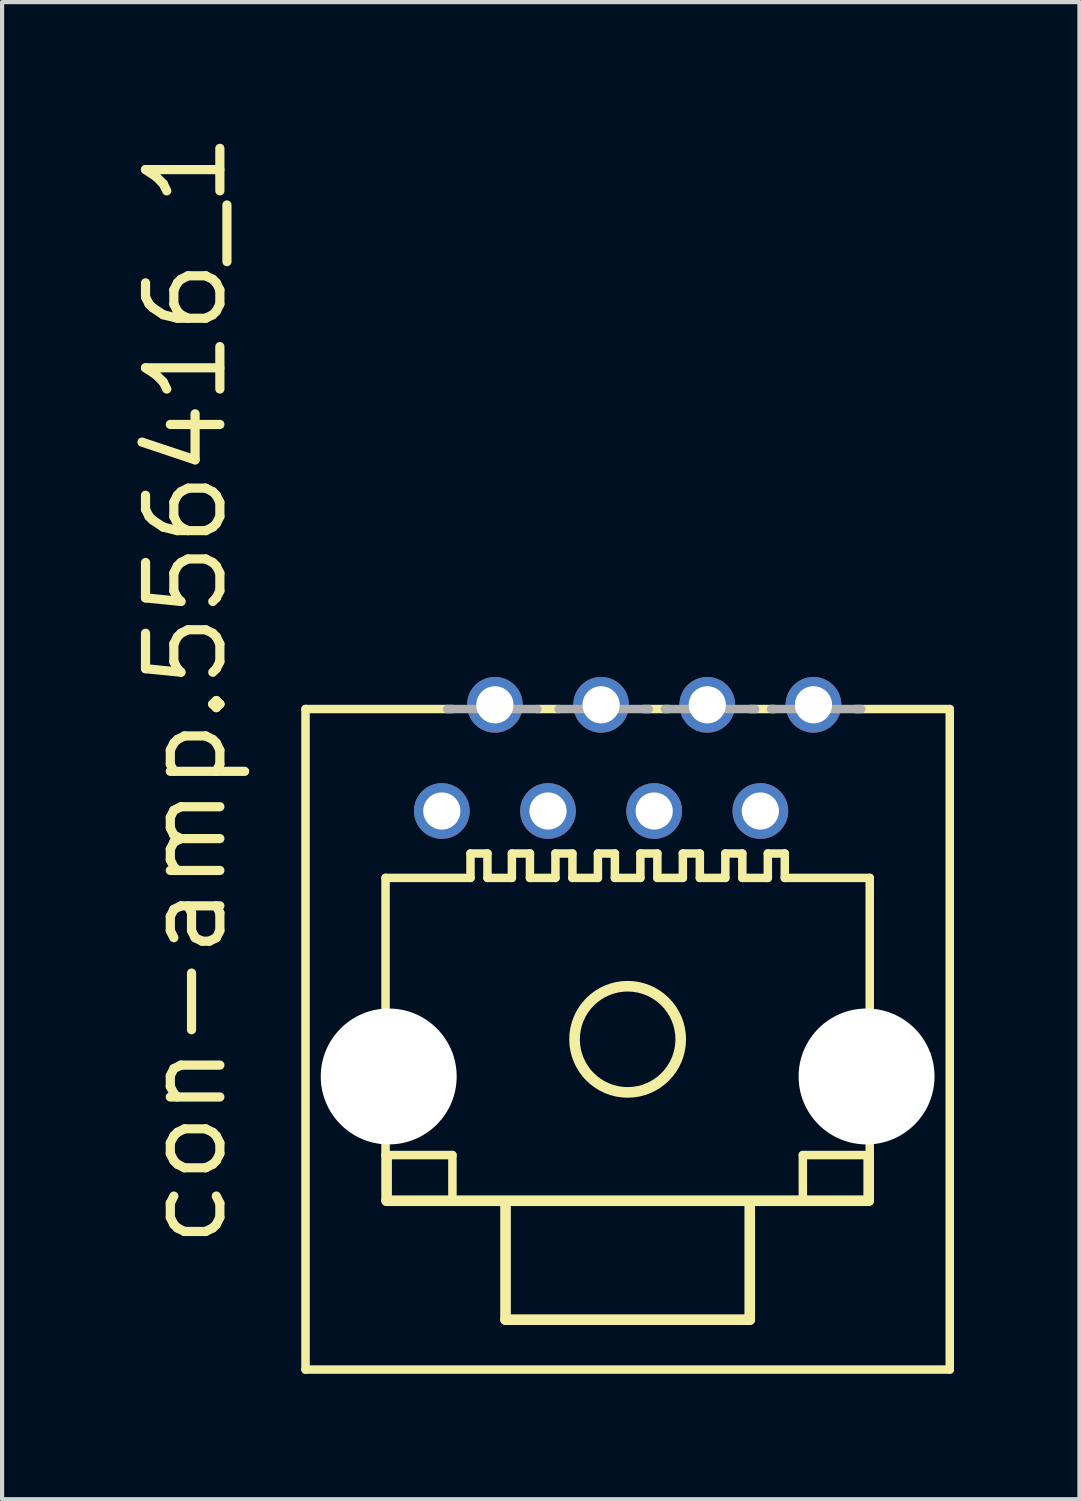
<source format=kicad_pcb>
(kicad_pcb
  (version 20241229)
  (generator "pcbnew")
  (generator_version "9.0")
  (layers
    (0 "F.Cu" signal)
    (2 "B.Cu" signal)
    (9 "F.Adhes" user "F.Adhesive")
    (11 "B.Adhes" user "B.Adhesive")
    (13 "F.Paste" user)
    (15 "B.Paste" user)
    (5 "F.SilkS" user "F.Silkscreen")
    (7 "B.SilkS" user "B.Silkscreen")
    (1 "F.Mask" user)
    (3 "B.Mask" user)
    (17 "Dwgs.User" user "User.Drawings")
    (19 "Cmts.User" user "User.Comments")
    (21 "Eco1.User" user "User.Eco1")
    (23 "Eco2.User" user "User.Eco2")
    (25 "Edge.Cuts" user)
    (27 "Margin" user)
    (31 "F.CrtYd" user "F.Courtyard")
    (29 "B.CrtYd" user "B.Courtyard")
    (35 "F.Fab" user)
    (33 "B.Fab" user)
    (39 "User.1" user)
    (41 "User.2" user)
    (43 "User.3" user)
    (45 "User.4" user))
  (footprint "con-amp.556416_1"
    (layer "F.Cu")
    (at 11.963 21.81)
    (property "Reference" "con-amp.556416_1" (at -9.525 5.08 90) (layer "F.SilkS") (effects (font (size 1.778 1.778) (thickness 0.22)) (justify left bottom)))
    (attr through_hole)
    (fp_line (start -7.705 -7.9) (end -7.705 7.9) (stroke (width 0.203) (type default)) (layer "F.SilkS"))
    (fp_line (start -7.705 7.9) (end 7.705 7.9) (stroke (width 0.203) (type default)) (layer "F.SilkS"))
    (fp_line (start -5.791 -3.861) (end -5.791 2.769) (stroke (width 0.203) (type default)) (layer "F.SilkS"))
    (fp_line (start -5.791 2.769) (end -4.191 2.769) (stroke (width 0.203) (type default)) (layer "F.SilkS"))
    (fp_line (start -5.766 3.861) (end -5.766 2.794) (stroke (width 0.254) (type default)) (layer "F.SilkS"))
    (fp_line (start -4.191 -7.9) (end -7.705 -7.9) (stroke (width 0.203) (type default)) (layer "F.SilkS"))
    (fp_line (start -4.191 2.769) (end -4.191 3.861) (stroke (width 0.203) (type default)) (layer "F.SilkS"))
    (fp_line (start -3.759 -4.445) (end -3.759 -3.861) (stroke (width 0.203) (type default)) (layer "F.SilkS"))
    (fp_line (start -3.759 -4.445) (end -3.353 -4.445) (stroke (width 0.203) (type default)) (layer "F.SilkS"))
    (fp_line (start -3.759 -3.861) (end -5.791 -3.861) (stroke (width 0.203) (type default)) (layer "F.SilkS"))
    (fp_line (start -3.353 -4.445) (end -3.353 -3.861) (stroke (width 0.203) (type default)) (layer "F.SilkS"))
    (fp_line (start -2.921 3.912) (end -2.921 6.706) (stroke (width 0.254) (type default)) (layer "F.SilkS"))
    (fp_line (start -2.921 6.706) (end 2.921 6.706) (stroke (width 0.254) (type default)) (layer "F.SilkS"))
    (fp_line (start -2.769 -4.445) (end -2.769 -3.861) (stroke (width 0.203) (type default)) (layer "F.SilkS"))
    (fp_line (start -2.769 -4.445) (end -2.337 -4.445) (stroke (width 0.203) (type default)) (layer "F.SilkS"))
    (fp_line (start -2.769 -3.861) (end -3.353 -3.861) (stroke (width 0.203) (type default)) (layer "F.SilkS"))
    (fp_line (start -2.337 -4.445) (end -2.337 -3.861) (stroke (width 0.203) (type default)) (layer "F.SilkS"))
    (fp_line (start -1.727 -4.445) (end -1.727 -3.861) (stroke (width 0.203) (type default)) (layer "F.SilkS"))
    (fp_line (start -1.727 -4.445) (end -1.321 -4.445) (stroke (width 0.203) (type default)) (layer "F.SilkS"))
    (fp_line (start -1.727 -3.861) (end -2.337 -3.861) (stroke (width 0.203) (type default)) (layer "F.SilkS"))
    (fp_line (start -1.651 -7.9) (end -2.159 -7.9) (stroke (width 0.203) (type default)) (layer "F.SilkS"))
    (fp_line (start -1.321 -4.445) (end -1.321 -3.861) (stroke (width 0.203) (type default)) (layer "F.SilkS"))
    (fp_line (start -0.711 -4.445) (end -0.711 -3.861) (stroke (width 0.203) (type default)) (layer "F.SilkS"))
    (fp_line (start -0.711 -4.445) (end -0.305 -4.445) (stroke (width 0.203) (type default)) (layer "F.SilkS"))
    (fp_line (start -0.711 -3.861) (end -1.321 -3.861) (stroke (width 0.203) (type default)) (layer "F.SilkS"))
    (fp_line (start -0.305 -4.445) (end -0.305 -3.861) (stroke (width 0.203) (type default)) (layer "F.SilkS"))
    (fp_line (start 0.305 -4.445) (end 0.305 -3.861) (stroke (width 0.203) (type default)) (layer "F.SilkS"))
    (fp_line (start 0.305 -4.445) (end 0.711 -4.445) (stroke (width 0.203) (type default)) (layer "F.SilkS"))
    (fp_line (start 0.305 -3.861) (end -0.305 -3.861) (stroke (width 0.203) (type default)) (layer "F.SilkS"))
    (fp_line (start 0.711 -4.445) (end 0.711 -3.861) (stroke (width 0.203) (type default)) (layer "F.SilkS"))
    (fp_line (start 0.974 -7.9) (end 0.381 -7.9) (stroke (width 0.203) (type default)) (layer "F.SilkS"))
    (fp_line (start 1.321 -4.445) (end 1.321 -3.861) (stroke (width 0.203) (type default)) (layer "F.SilkS"))
    (fp_line (start 1.321 -4.445) (end 1.727 -4.445) (stroke (width 0.203) (type default)) (layer "F.SilkS"))
    (fp_line (start 1.321 -3.861) (end 0.711 -3.861) (stroke (width 0.203) (type default)) (layer "F.SilkS"))
    (fp_line (start 1.727 -4.445) (end 1.727 -3.861) (stroke (width 0.203) (type default)) (layer "F.SilkS"))
    (fp_line (start 2.337 -4.445) (end 2.337 -3.861) (stroke (width 0.203) (type default)) (layer "F.SilkS"))
    (fp_line (start 2.337 -4.445) (end 2.743 -4.445) (stroke (width 0.203) (type default)) (layer "F.SilkS"))
    (fp_line (start 2.337 -3.861) (end 1.727 -3.861) (stroke (width 0.203) (type default)) (layer "F.SilkS"))
    (fp_line (start 2.743 -4.445) (end 2.743 -3.861) (stroke (width 0.203) (type default)) (layer "F.SilkS"))
    (fp_line (start 2.921 6.706) (end 2.921 3.912) (stroke (width 0.254) (type default)) (layer "F.SilkS"))
    (fp_line (start 3.353 -4.445) (end 3.353 -3.861) (stroke (width 0.203) (type default)) (layer "F.SilkS"))
    (fp_line (start 3.353 -4.445) (end 3.759 -4.445) (stroke (width 0.203) (type default)) (layer "F.SilkS"))
    (fp_line (start 3.353 -3.861) (end 2.743 -3.861) (stroke (width 0.203) (type default)) (layer "F.SilkS"))
    (fp_line (start 3.514 -7.9) (end 2.921 -7.9) (stroke (width 0.203) (type default)) (layer "F.SilkS"))
    (fp_line (start 3.759 -4.445) (end 3.759 -3.861) (stroke (width 0.203) (type default)) (layer "F.SilkS"))
    (fp_line (start 4.191 2.769) (end 4.191 3.861) (stroke (width 0.203) (type default)) (layer "F.SilkS"))
    (fp_line (start 5.766 2.819) (end 5.766 3.861) (stroke (width 0.254) (type default)) (layer "F.SilkS"))
    (fp_line (start 5.766 3.861) (end -5.766 3.861) (stroke (width 0.254) (type default)) (layer "F.SilkS"))
    (fp_line (start 5.791 -3.861) (end 3.759 -3.861) (stroke (width 0.203) (type default)) (layer "F.SilkS"))
    (fp_line (start 5.791 -3.861) (end 5.791 2.769) (stroke (width 0.203) (type default)) (layer "F.SilkS"))
    (fp_line (start 5.791 2.769) (end 4.191 2.769) (stroke (width 0.203) (type default)) (layer "F.SilkS"))
    (fp_line (start 7.705 -7.9) (end 5.461 -7.9) (stroke (width 0.203) (type default)) (layer "F.SilkS"))
    (fp_line (start 7.705 7.9) (end 7.705 -7.9) (stroke (width 0.203) (type default)) (layer "F.SilkS"))
    (fp_circle (center 0 0) (end 1.27 0) (stroke (width 0.254) (type default)) (fill no) (layer "F.SilkS"))
    (fp_line (start -2.159 -7.9) (end -4.318 -7.9) (stroke (width 0.203) (type default)) (layer "F.Fab"))
    (fp_line (start 0.508 -7.9) (end -1.651 -7.9) (stroke (width 0.203) (type default)) (layer "F.Fab"))
    (fp_line (start 3.048 -7.9) (end 0.889 -7.9) (stroke (width 0.203) (type default)) (layer "F.Fab"))
    (fp_line (start 5.588 -7.9) (end 3.429 -7.9) (stroke (width 0.203) (type default)) (layer "F.Fab"))
    (pad "" np_thru_hole circle (at -5.715 0.889) (size 3.251 3.251) (drill 3.251) (layers "*.Cu" "*.Mask"))
    (pad "" np_thru_hole circle (at 5.715 0.889) (size 3.251 3.251) (drill 3.251) (layers "*.Cu" "*.Mask"))
    (pad "1" thru_hole circle (at -4.445 -5.461) (size 1.333 1.333) (drill 0.889) (layers "*.Cu" "*.Mask"))
    (pad "2" thru_hole circle (at -3.175 -8.001) (size 1.333 1.333) (drill 0.889) (layers "*.Cu" "*.Mask"))
    (pad "3" thru_hole circle (at -1.905 -5.461) (size 1.333 1.333) (drill 0.889) (layers "*.Cu" "*.Mask"))
    (pad "4" thru_hole circle (at -0.635 -8.001) (size 1.333 1.333) (drill 0.889) (layers "*.Cu" "*.Mask"))
    (pad "5" thru_hole circle (at 0.635 -5.461) (size 1.333 1.333) (drill 0.889) (layers "*.Cu" "*.Mask"))
    (pad "6" thru_hole circle (at 1.905 -8.001) (size 1.333 1.333) (drill 0.889) (layers "*.Cu" "*.Mask"))
    (pad "7" thru_hole circle (at 3.175 -5.461) (size 1.333 1.333) (drill 0.889) (layers "*.Cu" "*.Mask"))
    (pad "8" thru_hole circle (at 4.445 -8.001) (size 1.333 1.333) (drill 0.889) (layers "*.Cu" "*.Mask")))
  (gr_rect
    (start -3 -3)
    (end 22.77 32.811)
    (stroke (width 0.1) (type default))
    (fill no)
    (layer "Edge.Cuts")))
</source>
